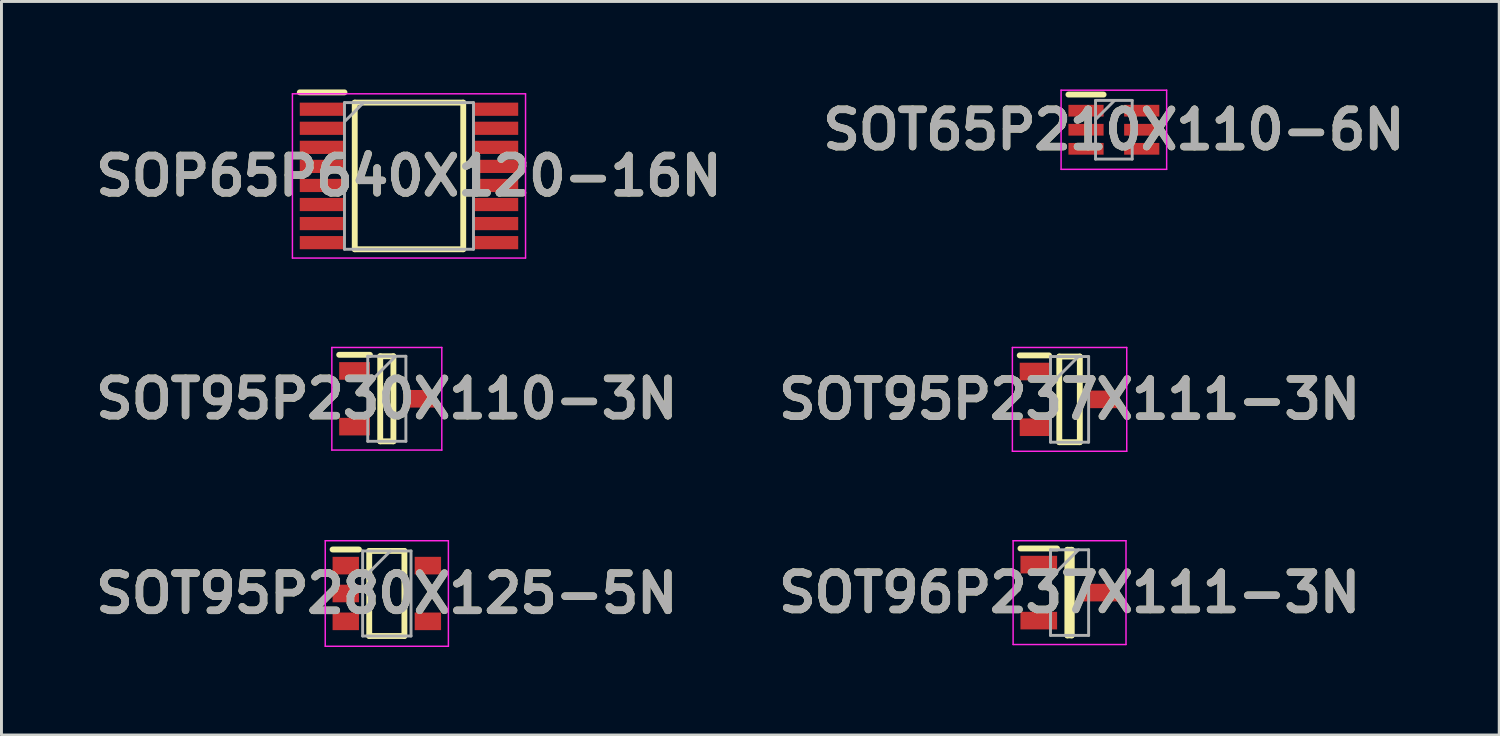
<source format=kicad_pcb>
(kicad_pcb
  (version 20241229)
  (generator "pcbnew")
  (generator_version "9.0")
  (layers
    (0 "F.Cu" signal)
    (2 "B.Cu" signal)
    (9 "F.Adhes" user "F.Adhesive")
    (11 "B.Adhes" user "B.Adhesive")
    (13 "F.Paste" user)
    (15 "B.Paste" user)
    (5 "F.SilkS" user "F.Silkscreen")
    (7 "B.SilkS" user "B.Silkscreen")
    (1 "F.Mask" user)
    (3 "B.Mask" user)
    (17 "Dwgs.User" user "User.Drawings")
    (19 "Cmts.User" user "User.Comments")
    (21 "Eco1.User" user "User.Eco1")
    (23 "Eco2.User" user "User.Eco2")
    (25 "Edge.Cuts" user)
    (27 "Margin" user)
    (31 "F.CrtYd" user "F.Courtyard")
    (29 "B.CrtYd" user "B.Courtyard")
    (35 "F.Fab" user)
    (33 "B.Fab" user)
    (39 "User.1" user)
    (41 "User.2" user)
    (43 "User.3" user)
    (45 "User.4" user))
  (footprint "SOT95P237X111-3N"
    (layer "F.Cu")
    (at 33.426 10.57)
    (property "Reference" "SOT95P237X111-3N" (at 0 0 0) (layer "F.SilkS") (effects (font (size 1.27 1.27) (thickness 0.254))))
    (attr smd)
    (fp_line (start -1.7 -1.5) (end -0.7 -1.5) (stroke (width 0.2) (type solid)) (layer "F.SilkS"))
    (fp_line (start -0.35 -1.46) (end 0.35 -1.46) (stroke (width 0.2) (type solid)) (layer "F.SilkS"))
    (fp_line (start -0.35 1.46) (end -0.35 -1.46) (stroke (width 0.2) (type solid)) (layer "F.SilkS"))
    (fp_line (start 0.35 -1.46) (end 0.35 1.46) (stroke (width 0.2) (type solid)) (layer "F.SilkS"))
    (fp_line (start 0.35 1.46) (end -0.35 1.46) (stroke (width 0.2) (type solid)) (layer "F.SilkS"))
    (fp_line (start -1.95 -1.77) (end 1.95 -1.77) (stroke (width 0.05) (type solid)) (layer "F.CrtYd"))
    (fp_line (start -1.95 1.77) (end -1.95 -1.77) (stroke (width 0.05) (type solid)) (layer "F.CrtYd"))
    (fp_line (start 1.95 -1.77) (end 1.95 1.77) (stroke (width 0.05) (type solid)) (layer "F.CrtYd"))
    (fp_line (start 1.95 1.77) (end -1.95 1.77) (stroke (width 0.05) (type solid)) (layer "F.CrtYd"))
    (fp_line (start -0.65 -1.46) (end 0.65 -1.46) (stroke (width 0.1) (type solid)) (layer "F.Fab"))
    (fp_line (start -0.65 -0.51) (end 0.3 -1.46) (stroke (width 0.1) (type solid)) (layer "F.Fab"))
    (fp_line (start -0.65 1.46) (end -0.65 -1.46) (stroke (width 0.1) (type solid)) (layer "F.Fab"))
    (fp_line (start 0.65 -1.46) (end 0.65 1.46) (stroke (width 0.1) (type solid)) (layer "F.Fab"))
    (fp_line (start 0.65 1.46) (end -0.65 1.46) (stroke (width 0.1) (type solid)) (layer "F.Fab"))
    (fp_text user "${REFERENCE}" (at 0 0 0) (layer "F.Fab") (effects (font (size 1.27 1.27) (thickness 0.254))))
    (pad "1" smd rect (at -1.2 -0.95 90) (size 0.6 1) (layers "F.Cu" "F.Mask" "F.Paste"))
    (pad "2" smd rect (at -1.2 0.95 90) (size 0.6 1) (layers "F.Cu" "F.Mask" "F.Paste"))
    (pad "3" smd rect (at 1.2 0 90) (size 0.6 1) (layers "F.Cu" "F.Mask" "F.Paste")))
  (footprint "SOP65P640X120-16N"
    (layer "F.Cu")
    (at 10.898 2.95)
    (property "Reference" "SOP65P640X120-16N" (at 0 0 0) (layer "F.SilkS") (effects (font (size 1.27 1.27) (thickness 0.254))))
    (attr smd)
    (fp_line (start -3.725 -2.85) (end -2.2 -2.85) (stroke (width 0.2) (type solid)) (layer "F.SilkS"))
    (fp_line (start -1.85 -2.5) (end 1.85 -2.5) (stroke (width 0.2) (type solid)) (layer "F.SilkS"))
    (fp_line (start -1.85 2.5) (end -1.85 -2.5) (stroke (width 0.2) (type solid)) (layer "F.SilkS"))
    (fp_line (start 1.85 -2.5) (end 1.85 2.5) (stroke (width 0.2) (type solid)) (layer "F.SilkS"))
    (fp_line (start 1.85 2.5) (end -1.85 2.5) (stroke (width 0.2) (type solid)) (layer "F.SilkS"))
    (fp_line (start -3.975 -2.8) (end 3.975 -2.8) (stroke (width 0.05) (type solid)) (layer "F.CrtYd"))
    (fp_line (start -3.975 2.8) (end -3.975 -2.8) (stroke (width 0.05) (type solid)) (layer "F.CrtYd"))
    (fp_line (start 3.975 -2.8) (end 3.975 2.8) (stroke (width 0.05) (type solid)) (layer "F.CrtYd"))
    (fp_line (start 3.975 2.8) (end -3.975 2.8) (stroke (width 0.05) (type solid)) (layer "F.CrtYd"))
    (fp_line (start -2.2 -2.5) (end 2.2 -2.5) (stroke (width 0.1) (type solid)) (layer "F.Fab"))
    (fp_line (start -2.2 -1.85) (end -1.55 -2.5) (stroke (width 0.1) (type solid)) (layer "F.Fab"))
    (fp_line (start -2.2 2.5) (end -2.2 -2.5) (stroke (width 0.1) (type solid)) (layer "F.Fab"))
    (fp_line (start 2.2 -2.5) (end 2.2 2.5) (stroke (width 0.1) (type solid)) (layer "F.Fab"))
    (fp_line (start 2.2 2.5) (end -2.2 2.5) (stroke (width 0.1) (type solid)) (layer "F.Fab"))
    (fp_text user "${REFERENCE}" (at 0 0 0) (layer "F.Fab") (effects (font (size 1.27 1.27) (thickness 0.254))))
    (pad "1" smd rect (at -2.962 -2.275 90) (size 0.45 1.525) (layers "F.Cu" "F.Mask" "F.Paste"))
    (pad "2" smd rect (at -2.962 -1.625 90) (size 0.45 1.525) (layers "F.Cu" "F.Mask" "F.Paste"))
    (pad "3" smd rect (at -2.962 -0.975 90) (size 0.45 1.525) (layers "F.Cu" "F.Mask" "F.Paste"))
    (pad "4" smd rect (at -2.962 -0.325 90) (size 0.45 1.525) (layers "F.Cu" "F.Mask" "F.Paste"))
    (pad "5" smd rect (at -2.962 0.325 90) (size 0.45 1.525) (layers "F.Cu" "F.Mask" "F.Paste"))
    (pad "6" smd rect (at -2.962 0.975 90) (size 0.45 1.525) (layers "F.Cu" "F.Mask" "F.Paste"))
    (pad "7" smd rect (at -2.962 1.625 90) (size 0.45 1.525) (layers "F.Cu" "F.Mask" "F.Paste"))
    (pad "8" smd rect (at -2.962 2.275 90) (size 0.45 1.525) (layers "F.Cu" "F.Mask" "F.Paste"))
    (pad "9" smd rect (at 2.962 2.275 90) (size 0.45 1.525) (layers "F.Cu" "F.Mask" "F.Paste"))
    (pad "10" smd rect (at 2.962 1.625 90) (size 0.45 1.525) (layers "F.Cu" "F.Mask" "F.Paste"))
    (pad "11" smd rect (at 2.962 0.975 90) (size 0.45 1.525) (layers "F.Cu" "F.Mask" "F.Paste"))
    (pad "12" smd rect (at 2.962 0.325 90) (size 0.45 1.525) (layers "F.Cu" "F.Mask" "F.Paste"))
    (pad "13" smd rect (at 2.962 -0.325 90) (size 0.45 1.525) (layers "F.Cu" "F.Mask" "F.Paste"))
    (pad "14" smd rect (at 2.962 -0.975 90) (size 0.45 1.525) (layers "F.Cu" "F.Mask" "F.Paste"))
    (pad "15" smd rect (at 2.962 -1.625 90) (size 0.45 1.525) (layers "F.Cu" "F.Mask" "F.Paste"))
    (pad "16" smd rect (at 2.962 -2.275 90) (size 0.45 1.525) (layers "F.Cu" "F.Mask" "F.Paste")))
  (footprint "SOT96P237X111-3N"
    (layer "F.Cu")
    (at 33.426 17.16)
    (property "Reference" "SOT96P237X111-3N" (at 0 0 0) (layer "F.SilkS") (effects (font (size 1.27 1.27) (thickness 0.254))))
    (attr smd)
    (fp_line (start -1.675 -1.505) (end -0.425 -1.505) (stroke (width 0.2) (type solid)) (layer "F.SilkS"))
    (fp_line (start -0.075 -1.46) (end 0.075 -1.46) (stroke (width 0.2) (type solid)) (layer "F.SilkS"))
    (fp_line (start -0.075 1.46) (end -0.075 -1.46) (stroke (width 0.2) (type solid)) (layer "F.SilkS"))
    (fp_line (start 0.075 -1.46) (end 0.075 1.46) (stroke (width 0.2) (type solid)) (layer "F.SilkS"))
    (fp_line (start 0.075 1.46) (end -0.075 1.46) (stroke (width 0.2) (type solid)) (layer "F.SilkS"))
    (fp_line (start -1.925 -1.77) (end 1.925 -1.77) (stroke (width 0.05) (type solid)) (layer "F.CrtYd"))
    (fp_line (start -1.925 1.77) (end -1.925 -1.77) (stroke (width 0.05) (type solid)) (layer "F.CrtYd"))
    (fp_line (start 1.925 -1.77) (end 1.925 1.77) (stroke (width 0.05) (type solid)) (layer "F.CrtYd"))
    (fp_line (start 1.925 1.77) (end -1.925 1.77) (stroke (width 0.05) (type solid)) (layer "F.CrtYd"))
    (fp_line (start -0.65 -1.46) (end 0.65 -1.46) (stroke (width 0.1) (type solid)) (layer "F.Fab"))
    (fp_line (start -0.65 -0.505) (end 0.305 -1.46) (stroke (width 0.1) (type solid)) (layer "F.Fab"))
    (fp_line (start -0.65 1.46) (end -0.65 -1.46) (stroke (width 0.1) (type solid)) (layer "F.Fab"))
    (fp_line (start 0.65 -1.46) (end 0.65 1.46) (stroke (width 0.1) (type solid)) (layer "F.Fab"))
    (fp_line (start 0.65 1.46) (end -0.65 1.46) (stroke (width 0.1) (type solid)) (layer "F.Fab"))
    (fp_text user "${REFERENCE}" (at 0 0 0) (layer "F.Fab") (effects (font (size 1.27 1.27) (thickness 0.254))))
    (pad "1" smd rect (at -1.05 -0.955 90) (size 0.6 1.25) (layers "F.Cu" "F.Mask" "F.Paste"))
    (pad "2" smd rect (at -1.05 0.955 90) (size 0.6 1.25) (layers "F.Cu" "F.Mask" "F.Paste"))
    (pad "3" smd rect (at 1.05 0 90) (size 0.6 1.25) (layers "F.Cu" "F.Mask" "F.Paste")))
  (footprint "SOT95P280X125-5N"
    (layer "F.Cu")
    (at 10.142 17.19)
    (property "Reference" "SOT95P280X125-5N" (at 0 0 0) (layer "F.SilkS") (effects (font (size 1.27 1.27) (thickness 0.254))))
    (attr smd)
    (fp_line (start -1.85 -1.5) (end -0.95 -1.5) (stroke (width 0.2) (type solid)) (layer "F.SilkS"))
    (fp_line (start -0.6 -1.45) (end 0.6 -1.45) (stroke (width 0.2) (type solid)) (layer "F.SilkS"))
    (fp_line (start -0.6 1.45) (end -0.6 -1.45) (stroke (width 0.2) (type solid)) (layer "F.SilkS"))
    (fp_line (start 0.6 -1.45) (end 0.6 1.45) (stroke (width 0.2) (type solid)) (layer "F.SilkS"))
    (fp_line (start 0.6 1.45) (end -0.6 1.45) (stroke (width 0.2) (type solid)) (layer "F.SilkS"))
    (fp_line (start -2.1 -1.8) (end 2.1 -1.8) (stroke (width 0.05) (type solid)) (layer "F.CrtYd"))
    (fp_line (start -2.1 1.8) (end -2.1 -1.8) (stroke (width 0.05) (type solid)) (layer "F.CrtYd"))
    (fp_line (start 2.1 -1.8) (end 2.1 1.8) (stroke (width 0.05) (type solid)) (layer "F.CrtYd"))
    (fp_line (start 2.1 1.8) (end -2.1 1.8) (stroke (width 0.05) (type solid)) (layer "F.CrtYd"))
    (fp_line (start -0.825 -1.45) (end 0.825 -1.45) (stroke (width 0.1) (type solid)) (layer "F.Fab"))
    (fp_line (start -0.825 -0.5) (end 0.125 -1.45) (stroke (width 0.1) (type solid)) (layer "F.Fab"))
    (fp_line (start -0.825 1.45) (end -0.825 -1.45) (stroke (width 0.1) (type solid)) (layer "F.Fab"))
    (fp_line (start 0.825 -1.45) (end 0.825 1.45) (stroke (width 0.1) (type solid)) (layer "F.Fab"))
    (fp_line (start 0.825 1.45) (end -0.825 1.45) (stroke (width 0.1) (type solid)) (layer "F.Fab"))
    (fp_text user "${REFERENCE}" (at 0 0 0) (layer "F.Fab") (effects (font (size 1.27 1.27) (thickness 0.254))))
    (pad "1" smd rect (at -1.4 -0.95 90) (size 0.6 0.9) (layers "F.Cu" "F.Mask" "F.Paste"))
    (pad "2" smd rect (at -1.4 0 90) (size 0.6 0.9) (layers "F.Cu" "F.Mask" "F.Paste"))
    (pad "3" smd rect (at -1.4 0.95 90) (size 0.6 0.9) (layers "F.Cu" "F.Mask" "F.Paste"))
    (pad "4" smd rect (at 1.4 0.95 90) (size 0.6 0.9) (layers "F.Cu" "F.Mask" "F.Paste"))
    (pad "5" smd rect (at 1.4 -0.95 90) (size 0.6 0.9) (layers "F.Cu" "F.Mask" "F.Paste")))
  (footprint "SOT65P210X110-6N"
    (layer "F.Cu")
    (at 34.937 1.375)
    (property "Reference" "SOT65P210X110-6N" (at 0 0 0) (layer "F.SilkS") (effects (font (size 1.27 1.27) (thickness 0.254))))
    (attr smd)
    (fp_line (start -1.55 -1.2) (end -0.35 -1.2) (stroke (width 0.2) (type solid)) (layer "F.SilkS"))
    (fp_line (start -1.8 -1.35) (end 1.8 -1.35) (stroke (width 0.05) (type solid)) (layer "F.CrtYd"))
    (fp_line (start -1.8 1.35) (end -1.8 -1.35) (stroke (width 0.05) (type solid)) (layer "F.CrtYd"))
    (fp_line (start 1.8 -1.35) (end 1.8 1.35) (stroke (width 0.05) (type solid)) (layer "F.CrtYd"))
    (fp_line (start 1.8 1.35) (end -1.8 1.35) (stroke (width 0.05) (type solid)) (layer "F.CrtYd"))
    (fp_line (start -0.625 -1) (end 0.625 -1) (stroke (width 0.1) (type solid)) (layer "F.Fab"))
    (fp_line (start -0.625 -0.35) (end 0.025 -1) (stroke (width 0.1) (type solid)) (layer "F.Fab"))
    (fp_line (start -0.625 1) (end -0.625 -1) (stroke (width 0.1) (type solid)) (layer "F.Fab"))
    (fp_line (start 0.625 -1) (end 0.625 1) (stroke (width 0.1) (type solid)) (layer "F.Fab"))
    (fp_line (start 0.625 1) (end -0.625 1) (stroke (width 0.1) (type solid)) (layer "F.Fab"))
    (fp_text user "${REFERENCE}" (at 0 0 0) (layer "F.Fab") (effects (font (size 1.27 1.27) (thickness 0.254))))
    (pad "1" smd rect (at -0.95 -0.65 90) (size 0.4 1.2) (layers "F.Cu" "F.Mask" "F.Paste"))
    (pad "2" smd rect (at -0.95 0 90) (size 0.4 1.2) (layers "F.Cu" "F.Mask" "F.Paste"))
    (pad "3" smd rect (at -0.95 0.65 90) (size 0.4 1.2) (layers "F.Cu" "F.Mask" "F.Paste"))
    (pad "4" smd rect (at 0.95 0.65 90) (size 0.4 1.2) (layers "F.Cu" "F.Mask" "F.Paste"))
    (pad "5" smd rect (at 0.95 0 90) (size 0.4 1.2) (layers "F.Cu" "F.Mask" "F.Paste"))
    (pad "6" smd rect (at 0.95 -0.65 90) (size 0.4 1.2) (layers "F.Cu" "F.Mask" "F.Paste")))
  (footprint "SOT95P230X110-3N"
    (layer "F.Cu")
    (at 10.142 10.55)
    (property "Reference" "SOT95P230X110-3N" (at 0 0 0) (layer "F.SilkS") (effects (font (size 1.27 1.27) (thickness 0.254))))
    (attr smd)
    (fp_line (start -1.625 -1.5) (end -0.575 -1.5) (stroke (width 0.2) (type solid)) (layer "F.SilkS"))
    (fp_line (start -0.225 -1.45) (end 0.225 -1.45) (stroke (width 0.2) (type solid)) (layer "F.SilkS"))
    (fp_line (start -0.225 1.45) (end -0.225 -1.45) (stroke (width 0.2) (type solid)) (layer "F.SilkS"))
    (fp_line (start 0.225 -1.45) (end 0.225 1.45) (stroke (width 0.2) (type solid)) (layer "F.SilkS"))
    (fp_line (start 0.225 1.45) (end -0.225 1.45) (stroke (width 0.2) (type solid)) (layer "F.SilkS"))
    (fp_line (start -1.875 -1.75) (end 1.875 -1.75) (stroke (width 0.05) (type solid)) (layer "F.CrtYd"))
    (fp_line (start -1.875 1.75) (end -1.875 -1.75) (stroke (width 0.05) (type solid)) (layer "F.CrtYd"))
    (fp_line (start 1.875 -1.75) (end 1.875 1.75) (stroke (width 0.05) (type solid)) (layer "F.CrtYd"))
    (fp_line (start 1.875 1.75) (end -1.875 1.75) (stroke (width 0.05) (type solid)) (layer "F.CrtYd"))
    (fp_line (start -0.65 -1.45) (end 0.65 -1.45) (stroke (width 0.1) (type solid)) (layer "F.Fab"))
    (fp_line (start -0.65 -0.5) (end 0.3 -1.45) (stroke (width 0.1) (type solid)) (layer "F.Fab"))
    (fp_line (start -0.65 1.45) (end -0.65 -1.45) (stroke (width 0.1) (type solid)) (layer "F.Fab"))
    (fp_line (start 0.65 -1.45) (end 0.65 1.45) (stroke (width 0.1) (type solid)) (layer "F.Fab"))
    (fp_line (start 0.65 1.45) (end -0.65 1.45) (stroke (width 0.1) (type solid)) (layer "F.Fab"))
    (fp_text user "${REFERENCE}" (at 0 0 0) (layer "F.Fab") (effects (font (size 1.27 1.27) (thickness 0.254))))
    (pad "1" smd rect (at -1.1 -0.95 90) (size 0.6 1.05) (layers "F.Cu" "F.Mask" "F.Paste"))
    (pad "2" smd rect (at -1.1 0.95 90) (size 0.6 1.05) (layers "F.Cu" "F.Mask" "F.Paste"))
    (pad "3" smd rect (at 1.1 0 90) (size 0.6 1.05) (layers "F.Cu" "F.Mask" "F.Paste")))
  (gr_rect
    (start -3 -3)
    (end 48.079 22.015)
    (stroke (width 0.1) (type default))
    (fill no)
    (layer "Edge.Cuts")))
</source>
